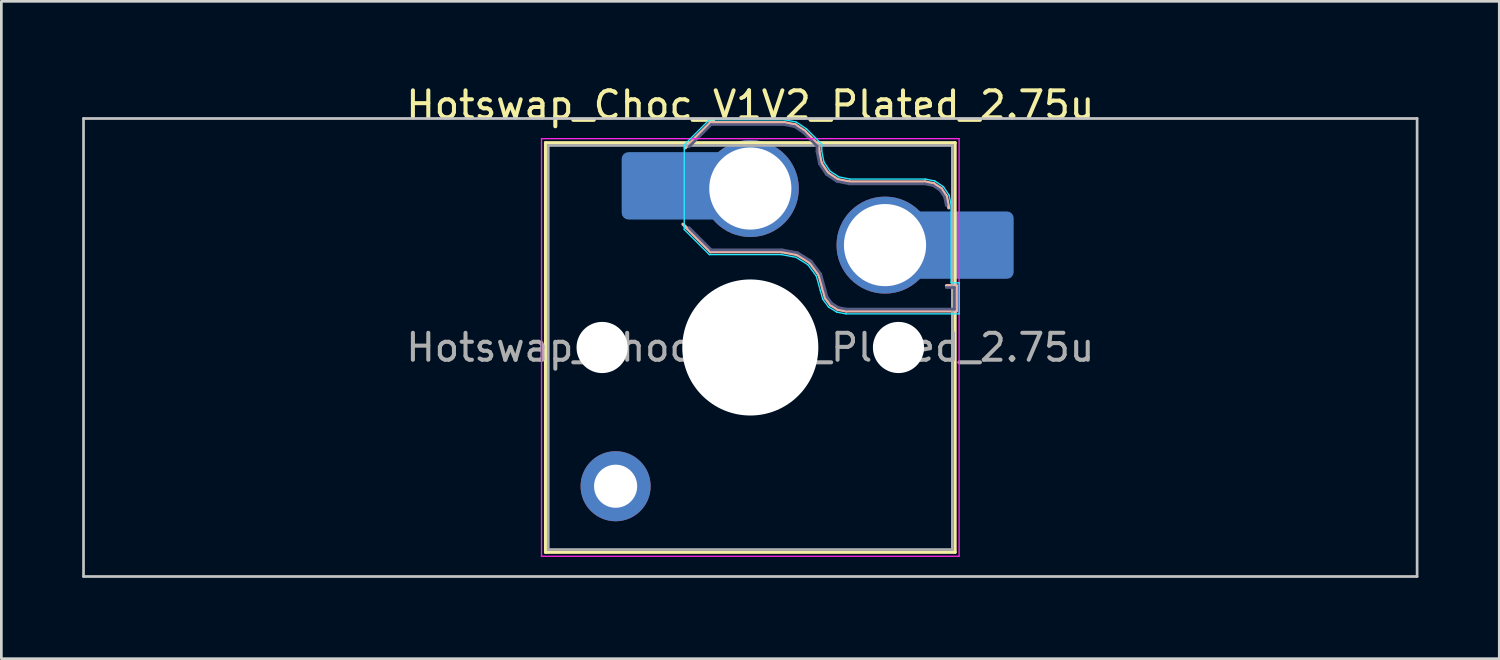
<source format=kicad_pcb>
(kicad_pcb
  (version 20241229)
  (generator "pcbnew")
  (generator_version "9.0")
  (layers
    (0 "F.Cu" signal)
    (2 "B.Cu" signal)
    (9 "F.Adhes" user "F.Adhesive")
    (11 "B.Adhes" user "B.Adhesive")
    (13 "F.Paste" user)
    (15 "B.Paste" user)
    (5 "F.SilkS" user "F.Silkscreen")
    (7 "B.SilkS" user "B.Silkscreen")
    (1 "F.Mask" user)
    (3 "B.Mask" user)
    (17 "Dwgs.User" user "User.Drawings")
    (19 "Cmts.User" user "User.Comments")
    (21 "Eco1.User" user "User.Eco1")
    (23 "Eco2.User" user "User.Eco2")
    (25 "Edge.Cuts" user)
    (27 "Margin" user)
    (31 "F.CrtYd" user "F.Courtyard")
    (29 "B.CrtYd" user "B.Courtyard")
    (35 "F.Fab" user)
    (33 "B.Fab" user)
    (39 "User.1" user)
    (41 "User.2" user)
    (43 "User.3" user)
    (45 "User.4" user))
  (footprint "Hotswap_Choc_V1V2_Plated_2.75u"
    (layer "F.Cu")
    (at 24.8 9.848)
    (property "Reference" "Hotswap_Choc_V1V2_Plated_2.75u" (at 0 -9 0) (layer "F.SilkS") (effects (font (size 1 1) (thickness 0.15))))
    (attr smd allow_soldermask_bridges)
    (fp_line (start -7.6 -7.6) (end -7.6 7.6) (stroke (width 0.12) (type solid)) (layer "F.SilkS"))
    (fp_line (start -7.6 7.6) (end 7.6 7.6) (stroke (width 0.12) (type solid)) (layer "F.SilkS"))
    (fp_line (start 7.6 -7.6) (end -7.6 -7.6) (stroke (width 0.12) (type solid)) (layer "F.SilkS"))
    (fp_line (start 7.6 7.6) (end 7.6 -7.6) (stroke (width 0.12) (type solid)) (layer "F.SilkS"))
    (fp_line (start -2.416 -7.409) (end -1.479 -8.346) (stroke (width 0.12) (type solid)) (layer "B.SilkS"))
    (fp_line (start -1.479 -8.346) (end 1.268 -8.346) (stroke (width 0.12) (type solid)) (layer "B.SilkS"))
    (fp_line (start -1.479 -3.554) (end -2.5 -4.575) (stroke (width 0.12) (type solid)) (layer "B.SilkS"))
    (fp_line (start 1.168 -3.554) (end -1.479 -3.554) (stroke (width 0.12) (type solid)) (layer "B.SilkS"))
    (fp_line (start 1.268 -8.346) (end 1.671 -8.266) (stroke (width 0.12) (type solid)) (layer "B.SilkS"))
    (fp_line (start 1.671 -8.266) (end 2.013 -8.037) (stroke (width 0.12) (type solid)) (layer "B.SilkS"))
    (fp_line (start 1.73 -3.449) (end 1.168 -3.554) (stroke (width 0.12) (type solid)) (layer "B.SilkS"))
    (fp_line (start 2.013 -8.037) (end 2.546 -7.504) (stroke (width 0.12) (type solid)) (layer "B.SilkS"))
    (fp_line (start 2.209 -3.15) (end 1.73 -3.449) (stroke (width 0.12) (type solid)) (layer "B.SilkS"))
    (fp_line (start 2.546 -7.504) (end 2.546 -7.282) (stroke (width 0.12) (type solid)) (layer "B.SilkS"))
    (fp_line (start 2.546 -7.282) (end 2.633 -6.844) (stroke (width 0.12) (type solid)) (layer "B.SilkS"))
    (fp_line (start 2.547 -2.697) (end 2.209 -3.15) (stroke (width 0.12) (type solid)) (layer "B.SilkS"))
    (fp_line (start 2.633 -6.844) (end 2.877 -6.477) (stroke (width 0.12) (type solid)) (layer "B.SilkS"))
    (fp_line (start 2.701 -2.139) (end 2.547 -2.697) (stroke (width 0.12) (type solid)) (layer "B.SilkS"))
    (fp_line (start 2.783 -1.841) (end 2.701 -2.139) (stroke (width 0.12) (type solid)) (layer "B.SilkS"))
    (fp_line (start 2.877 -6.477) (end 3.244 -6.233) (stroke (width 0.12) (type solid)) (layer "B.SilkS"))
    (fp_line (start 2.976 -1.583) (end 2.783 -1.841) (stroke (width 0.12) (type solid)) (layer "B.SilkS"))
    (fp_line (start 3.244 -6.233) (end 3.682 -6.146) (stroke (width 0.12) (type solid)) (layer "B.SilkS"))
    (fp_line (start 3.25 -1.413) (end 2.976 -1.583) (stroke (width 0.12) (type solid)) (layer "B.SilkS"))
    (fp_line (start 3.56 -1.354) (end 3.25 -1.413) (stroke (width 0.12) (type solid)) (layer "B.SilkS"))
    (fp_line (start 3.682 -6.146) (end 6.482 -6.146) (stroke (width 0.12) (type solid)) (layer "B.SilkS"))
    (fp_line (start 6.482 -6.146) (end 6.809 -6.081) (stroke (width 0.12) (type solid)) (layer "B.SilkS"))
    (fp_line (start 6.809 -6.081) (end 7.092 -5.892) (stroke (width 0.12) (type solid)) (layer "B.SilkS"))
    (fp_line (start 7.092 -5.892) (end 7.281 -5.609) (stroke (width 0.12) (type solid)) (layer "B.SilkS"))
    (fp_line (start 7.281 -5.609) (end 7.366 -5.182) (stroke (width 0.12) (type solid)) (layer "B.SilkS"))
    (fp_line (start 7.283 -2.296) (end 7.646 -2.296) (stroke (width 0.12) (type solid)) (layer "B.SilkS"))
    (fp_line (start 7.646 -2.296) (end 7.646 -1.354) (stroke (width 0.12) (type solid)) (layer "B.SilkS"))
    (fp_line (start 7.646 -1.354) (end 3.56 -1.354) (stroke (width 0.12) (type solid)) (layer "B.SilkS"))
    (fp_line (start -24.75 -8.5) (end -24.75 8.5) (stroke (width 0.1) (type solid)) (layer "Dwgs.User"))
    (fp_line (start -24.75 8.5) (end 24.75 8.5) (stroke (width 0.1) (type solid)) (layer "Dwgs.User"))
    (fp_line (start 24.75 -8.5) (end -24.75 -8.5) (stroke (width 0.1) (type solid)) (layer "Dwgs.User"))
    (fp_line (start 24.75 8.5) (end 24.75 -8.5) (stroke (width 0.1) (type solid)) (layer "Dwgs.User"))
    (fp_line (start -7.25 -7.25) (end -7.25 7.25) (stroke (width 0.1) (type solid)) (layer "Eco1.User"))
    (fp_line (start -7.25 7.25) (end 7.25 7.25) (stroke (width 0.1) (type solid)) (layer "Eco1.User"))
    (fp_line (start 7.25 -7.25) (end -7.25 -7.25) (stroke (width 0.1) (type solid)) (layer "Eco1.User"))
    (fp_line (start 7.25 7.25) (end 7.25 -7.25) (stroke (width 0.1) (type solid)) (layer "Eco1.User"))
    (fp_line (start -2.452 -7.523) (end -1.523 -8.452) (stroke (width 0.05) (type solid)) (layer "B.CrtYd"))
    (fp_line (start -2.452 -4.377) (end -2.452 -7.523) (stroke (width 0.05) (type solid)) (layer "B.CrtYd"))
    (fp_line (start -1.523 -8.452) (end 1.278 -8.452) (stroke (width 0.05) (type solid)) (layer "B.CrtYd"))
    (fp_line (start -1.523 -3.448) (end -2.452 -4.377) (stroke (width 0.05) (type solid)) (layer "B.CrtYd"))
    (fp_line (start 1.159 -3.448) (end -1.523 -3.448) (stroke (width 0.05) (type solid)) (layer "B.CrtYd"))
    (fp_line (start 1.278 -8.452) (end 1.712 -8.366) (stroke (width 0.05) (type solid)) (layer "B.CrtYd"))
    (fp_line (start 1.691 -3.348) (end 1.159 -3.448) (stroke (width 0.05) (type solid)) (layer "B.CrtYd"))
    (fp_line (start 1.712 -8.366) (end 2.081 -8.119) (stroke (width 0.05) (type solid)) (layer "B.CrtYd"))
    (fp_line (start 2.081 -8.119) (end 2.652 -7.548) (stroke (width 0.05) (type solid)) (layer "B.CrtYd"))
    (fp_line (start 2.136 -3.071) (end 1.691 -3.348) (stroke (width 0.05) (type solid)) (layer "B.CrtYd"))
    (fp_line (start 2.45 -2.65) (end 2.136 -3.071) (stroke (width 0.05) (type solid)) (layer "B.CrtYd"))
    (fp_line (start 2.599 -2.111) (end 2.45 -2.65) (stroke (width 0.05) (type solid)) (layer "B.CrtYd"))
    (fp_line (start 2.652 -7.548) (end 2.652 -7.292) (stroke (width 0.05) (type solid)) (layer "B.CrtYd"))
    (fp_line (start 2.652 -7.292) (end 2.733 -6.885) (stroke (width 0.05) (type solid)) (layer "B.CrtYd"))
    (fp_line (start 2.687 -1.794) (end 2.599 -2.111) (stroke (width 0.05) (type solid)) (layer "B.CrtYd"))
    (fp_line (start 2.733 -6.885) (end 2.953 -6.553) (stroke (width 0.05) (type solid)) (layer "B.CrtYd"))
    (fp_line (start 2.903 -1.503) (end 2.687 -1.794) (stroke (width 0.05) (type solid)) (layer "B.CrtYd"))
    (fp_line (start 2.953 -6.553) (end 3.285 -6.333) (stroke (width 0.05) (type solid)) (layer "B.CrtYd"))
    (fp_line (start 3.211 -1.312) (end 2.903 -1.503) (stroke (width 0.05) (type solid)) (layer "B.CrtYd"))
    (fp_line (start 3.285 -6.333) (end 3.692 -6.252) (stroke (width 0.05) (type solid)) (layer "B.CrtYd"))
    (fp_line (start 3.55 -1.248) (end 3.211 -1.312) (stroke (width 0.05) (type solid)) (layer "B.CrtYd"))
    (fp_line (start 3.692 -6.252) (end 6.492 -6.252) (stroke (width 0.05) (type solid)) (layer "B.CrtYd"))
    (fp_line (start 6.492 -6.252) (end 6.85 -6.181) (stroke (width 0.05) (type solid)) (layer "B.CrtYd"))
    (fp_line (start 6.85 -6.181) (end 7.168 -5.968) (stroke (width 0.05) (type solid)) (layer "B.CrtYd"))
    (fp_line (start 7.168 -5.968) (end 7.381 -5.65) (stroke (width 0.05) (type solid)) (layer "B.CrtYd"))
    (fp_line (start 7.381 -5.65) (end 7.452 -5.292) (stroke (width 0.05) (type solid)) (layer "B.CrtYd"))
    (fp_line (start 7.452 -5.292) (end 7.452 -2.402) (stroke (width 0.05) (type solid)) (layer "B.CrtYd"))
    (fp_line (start 7.452 -2.402) (end 7.752 -2.402) (stroke (width 0.05) (type solid)) (layer "B.CrtYd"))
    (fp_line (start 7.752 -2.402) (end 7.752 -1.248) (stroke (width 0.05) (type solid)) (layer "B.CrtYd"))
    (fp_line (start 7.752 -1.248) (end 3.55 -1.248) (stroke (width 0.05) (type solid)) (layer "B.CrtYd"))
    (fp_line (start -7.75 -7.75) (end -7.75 7.75) (stroke (width 0.05) (type solid)) (layer "F.CrtYd"))
    (fp_line (start -7.75 7.75) (end 7.75 7.75) (stroke (width 0.05) (type solid)) (layer "F.CrtYd"))
    (fp_line (start 7.75 -7.75) (end -7.75 -7.75) (stroke (width 0.05) (type solid)) (layer "F.CrtYd"))
    (fp_line (start 7.75 7.75) (end 7.75 -7.75) (stroke (width 0.05) (type solid)) (layer "F.CrtYd"))
    (fp_line (start -2.275 -7.45) (end -1.45 -8.275) (stroke (width 0.1) (type solid)) (layer "B.Fab"))
    (fp_line (start -1.45 -8.275) (end 1.261 -8.275) (stroke (width 0.1) (type solid)) (layer "B.Fab"))
    (fp_line (start -1.45 -3.625) (end -2.275 -4.45) (stroke (width 0.1) (type solid)) (layer "B.Fab"))
    (fp_line (start 1.175 -3.625) (end -1.45 -3.625) (stroke (width 0.1) (type solid)) (layer "B.Fab"))
    (fp_line (start 1.261 -8.275) (end 1.643 -8.199) (stroke (width 0.1) (type solid)) (layer "B.Fab"))
    (fp_line (start 1.643 -8.199) (end 1.968 -7.982) (stroke (width 0.1) (type solid)) (layer "B.Fab"))
    (fp_line (start 1.756 -3.516) (end 1.175 -3.625) (stroke (width 0.1) (type solid)) (layer "B.Fab"))
    (fp_line (start 1.968 -7.982) (end 2.475 -7.475) (stroke (width 0.1) (type solid)) (layer "B.Fab"))
    (fp_line (start 2.258 -3.203) (end 1.756 -3.516) (stroke (width 0.1) (type solid)) (layer "B.Fab"))
    (fp_line (start 2.475 -7.475) (end 2.475 -7.275) (stroke (width 0.1) (type solid)) (layer "B.Fab"))
    (fp_line (start 2.475 -7.275) (end 2.566 -6.816) (stroke (width 0.1) (type solid)) (layer "B.Fab"))
    (fp_line (start 2.566 -6.816) (end 2.826 -6.426) (stroke (width 0.1) (type solid)) (layer "B.Fab"))
    (fp_line (start 2.612 -2.729) (end 2.258 -3.203) (stroke (width 0.1) (type solid)) (layer "B.Fab"))
    (fp_line (start 2.769 -2.158) (end 2.612 -2.729) (stroke (width 0.1) (type solid)) (layer "B.Fab"))
    (fp_line (start 2.826 -6.426) (end 3.216 -6.166) (stroke (width 0.1) (type solid)) (layer "B.Fab"))
    (fp_line (start 2.848 -1.873) (end 2.769 -2.158) (stroke (width 0.1) (type solid)) (layer "B.Fab"))
    (fp_line (start 3.025 -1.636) (end 2.848 -1.873) (stroke (width 0.1) (type solid)) (layer "B.Fab"))
    (fp_line (start 3.216 -6.166) (end 3.675 -6.075) (stroke (width 0.1) (type solid)) (layer "B.Fab"))
    (fp_line (start 3.276 -1.48) (end 3.025 -1.636) (stroke (width 0.1) (type solid)) (layer "B.Fab"))
    (fp_line (start 3.567 -1.425) (end 3.276 -1.48) (stroke (width 0.1) (type solid)) (layer "B.Fab"))
    (fp_line (start 3.675 -6.075) (end 6.475 -6.075) (stroke (width 0.1) (type solid)) (layer "B.Fab"))
    (fp_line (start 6.475 -6.075) (end 6.781 -6.014) (stroke (width 0.1) (type solid)) (layer "B.Fab"))
    (fp_line (start 6.781 -6.014) (end 7.041 -5.841) (stroke (width 0.1) (type solid)) (layer "B.Fab"))
    (fp_line (start 7.041 -5.841) (end 7.214 -5.581) (stroke (width 0.1) (type solid)) (layer "B.Fab"))
    (fp_line (start 7.214 -5.581) (end 7.275 -5.275) (stroke (width 0.1) (type solid)) (layer "B.Fab"))
    (fp_line (start 7.275 -2.225) (end 7.575 -2.225) (stroke (width 0.1) (type solid)) (layer "B.Fab"))
    (fp_line (start 7.575 -2.225) (end 7.575 -1.425) (stroke (width 0.1) (type solid)) (layer "B.Fab"))
    (fp_line (start 7.575 -1.425) (end 3.567 -1.425) (stroke (width 0.1) (type solid)) (layer "B.Fab"))
    (fp_line (start -7.5 -7.5) (end -7.5 7.5) (stroke (width 0.1) (type solid)) (layer "F.Fab"))
    (fp_line (start -7.5 7.5) (end 7.5 7.5) (stroke (width 0.1) (type solid)) (layer "F.Fab"))
    (fp_line (start 7.5 -7.5) (end -7.5 -7.5) (stroke (width 0.1) (type solid)) (layer "F.Fab"))
    (fp_line (start 7.5 7.5) (end 7.5 -7.5) (stroke (width 0.1) (type solid)) (layer "F.Fab"))
    (fp_text user "${REFERENCE}" (at 0 0 0) (layer "F.Fab") (effects (font (size 1 1) (thickness 0.15))))
    (pad "" np_thru_hole circle (at -5.5 0) (size 1.9 1.9) (drill 1.9) (layers "*.Cu" "*.Mask"))
    (pad "" thru_hole circle (at -5 5.15) (size 2.6 2.6) (drill 1.6) (layers "*.Cu" "*.Mask"))
    (pad "" smd roundrect (at -3.5 -6) (size 2.55 2.5) (layers "B.Mask" "B.Paste") (roundrect_rratio 0.1))
    (pad "" np_thru_hole circle (at 0 0) (size 5.05 5.05) (drill 5.05) (layers "*.Cu" "*.Mask"))
    (pad "" np_thru_hole circle (at 5.5 0) (size 1.9 1.9) (drill 1.9) (layers "*.Cu" "*.Mask"))
    (pad "" smd roundrect (at 8.5 -3.8) (size 2.55 2.5) (layers "B.Mask" "B.Paste") (roundrect_rratio 0.1))
    (pad "1" smd roundrect (at -2.85 -6) (size 3.85 2.5) (layers "B.Cu") (roundrect_rratio 0.1))
    (pad "1" thru_hole circle (at 0 -5.9) (size 3.6 3.6) (drill 3.05) (layers "*.Cu" "*.Mask"))
    (pad "2" thru_hole circle (at 5 -3.8) (size 3.6 3.6) (drill 3.05) (layers "*.Cu" "*.Mask"))
    (pad "2" smd roundrect (at 7.85 -3.8) (size 3.85 2.5) (layers "B.Cu") (roundrect_rratio 0.1)))
  (gr_rect
    (start -3 -3)
    (end 52.6 21.398)
    (stroke (width 0.1) (type default))
    (fill no)
    (layer "Edge.Cuts")))
</source>
